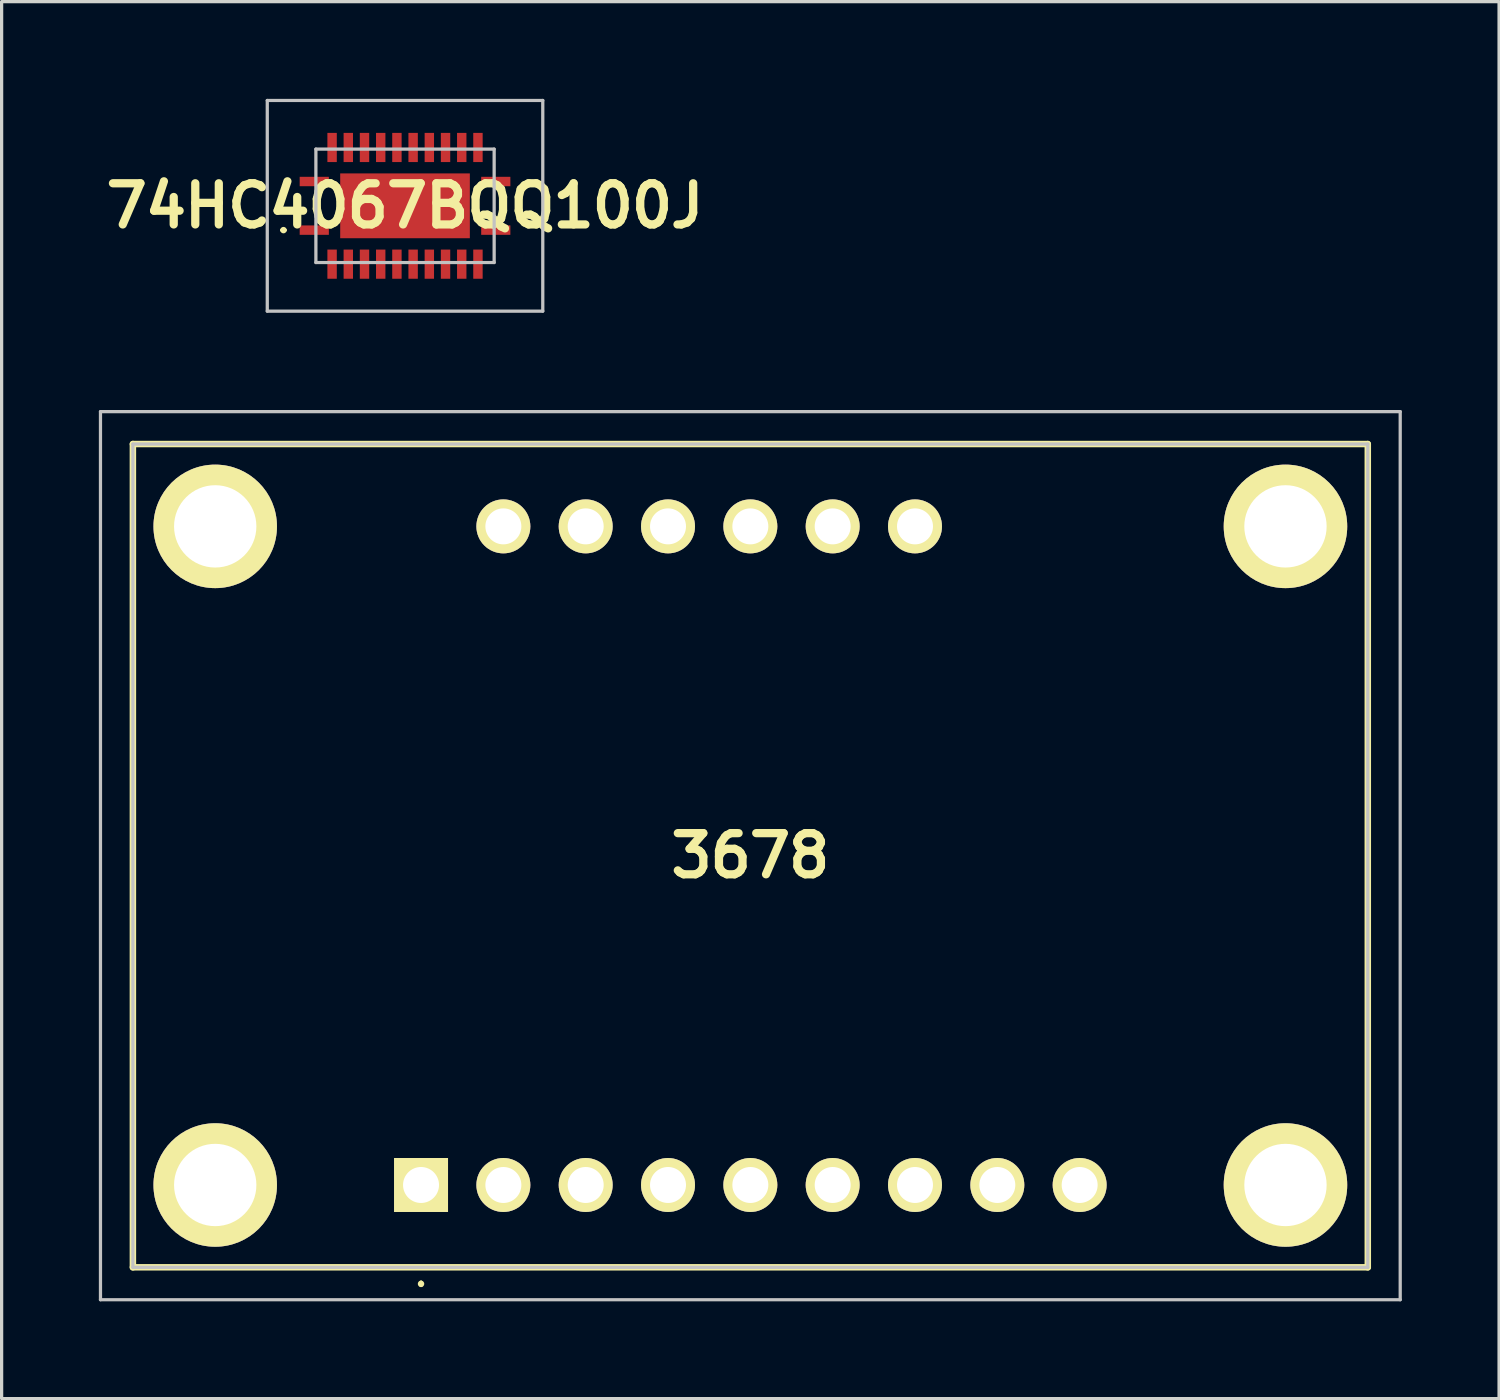
<source format=kicad_pcb>
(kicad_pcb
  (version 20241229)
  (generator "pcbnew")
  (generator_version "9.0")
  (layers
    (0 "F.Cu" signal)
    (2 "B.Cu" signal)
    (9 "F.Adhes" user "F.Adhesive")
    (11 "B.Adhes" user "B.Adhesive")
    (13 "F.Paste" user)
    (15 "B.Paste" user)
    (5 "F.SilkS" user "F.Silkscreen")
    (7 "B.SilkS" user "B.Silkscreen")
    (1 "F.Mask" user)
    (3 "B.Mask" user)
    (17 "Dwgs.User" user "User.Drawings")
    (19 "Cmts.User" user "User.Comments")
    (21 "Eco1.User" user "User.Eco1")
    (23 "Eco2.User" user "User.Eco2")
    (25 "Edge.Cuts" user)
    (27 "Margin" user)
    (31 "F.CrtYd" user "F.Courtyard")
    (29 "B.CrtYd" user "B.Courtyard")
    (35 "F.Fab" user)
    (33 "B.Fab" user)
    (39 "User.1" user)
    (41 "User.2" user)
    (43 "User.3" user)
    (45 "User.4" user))
  (footprint "3678"
    (layer "F.Cu")
    (at 9.94 33.51)
    (property "Reference" "3678" (at 10.16 -10.16 0) (layer "F.SilkS") (effects (font (size 1.27 1.27) (thickness 0.254))))
    (attr through_hole exclude_from_pos_files)
    (fp_line (start -8.89 -22.86) (end 29.21 -22.86) (stroke (width 0.2) (type solid)) (layer "F.SilkS"))
    (fp_line (start -8.89 2.54) (end -8.89 -22.86) (stroke (width 0.2) (type solid)) (layer "F.SilkS"))
    (fp_line (start 0 3) (end 0 3) (stroke (width 0.1) (type solid)) (layer "F.SilkS"))
    (fp_line (start 0 3.1) (end 0 3.1) (stroke (width 0.1) (type solid)) (layer "F.SilkS"))
    (fp_line (start 29.21 -22.86) (end 29.21 2.54) (stroke (width 0.2) (type solid)) (layer "F.SilkS"))
    (fp_line (start 29.21 2.54) (end -8.89 2.54) (stroke (width 0.2) (type solid)) (layer "F.SilkS"))
    (fp_arc (start 0 3) (mid 0.05 3.05) (end 0 3.1) (stroke (width 0.1) (type solid)) (layer "F.SilkS"))
    (fp_arc (start 0 3.1) (mid -0.05 3.05) (end 0 3) (stroke (width 0.1) (type solid)) (layer "F.SilkS"))
    (fp_line (start -9.89 -23.86) (end 30.21 -23.86) (stroke (width 0.1) (type solid)) (layer "Dwgs.User"))
    (fp_line (start -9.89 3.54) (end -9.89 -23.86) (stroke (width 0.1) (type solid)) (layer "Dwgs.User"))
    (fp_line (start -8.89 -22.86) (end 29.21 -22.86) (stroke (width 0.1) (type solid)) (layer "Dwgs.User"))
    (fp_line (start -8.89 2.54) (end -8.89 -22.86) (stroke (width 0.1) (type solid)) (layer "Dwgs.User"))
    (fp_line (start 29.21 -22.86) (end 29.21 2.54) (stroke (width 0.1) (type solid)) (layer "Dwgs.User"))
    (fp_line (start 29.21 2.54) (end -8.89 2.54) (stroke (width 0.1) (type solid)) (layer "Dwgs.User"))
    (fp_line (start 30.21 -23.86) (end 30.21 3.54) (stroke (width 0.1) (type solid)) (layer "Dwgs.User"))
    (fp_line (start 30.21 3.54) (end -9.89 3.54) (stroke (width 0.1) (type solid)) (layer "Dwgs.User"))
    (pad "1" thru_hole rect (at 0 0 90) (size 1.665 1.665) (drill 1.11) (layers "*.Cu" "*.Mask" "F.SilkS"))
    (pad "2" thru_hole circle (at 2.54 0 90) (size 1.665 1.665) (drill 1.11) (layers "*.Cu" "*.Mask" "F.SilkS"))
    (pad "3" thru_hole circle (at 5.08 0 90) (size 1.665 1.665) (drill 1.11) (layers "*.Cu" "*.Mask" "F.SilkS"))
    (pad "4" thru_hole circle (at 7.62 0 90) (size 1.665 1.665) (drill 1.11) (layers "*.Cu" "*.Mask" "F.SilkS"))
    (pad "5" thru_hole circle (at 10.16 0 90) (size 1.665 1.665) (drill 1.11) (layers "*.Cu" "*.Mask" "F.SilkS"))
    (pad "6" thru_hole circle (at 12.7 0 90) (size 1.665 1.665) (drill 1.11) (layers "*.Cu" "*.Mask" "F.SilkS"))
    (pad "7" thru_hole circle (at 15.24 0 90) (size 1.665 1.665) (drill 1.11) (layers "*.Cu" "*.Mask" "F.SilkS"))
    (pad "8" thru_hole circle (at 17.78 0 90) (size 1.665 1.665) (drill 1.11) (layers "*.Cu" "*.Mask" "F.SilkS"))
    (pad "9" thru_hole circle (at 20.32 0 90) (size 1.665 1.665) (drill 1.11) (layers "*.Cu" "*.Mask" "F.SilkS"))
    (pad "10" thru_hole circle (at 15.24 -20.32 90) (size 1.665 1.665) (drill 1.11) (layers "*.Cu" "*.Mask" "F.SilkS"))
    (pad "11" thru_hole circle (at 12.7 -20.32 90) (size 1.665 1.665) (drill 1.11) (layers "*.Cu" "*.Mask" "F.SilkS"))
    (pad "12" thru_hole circle (at 10.16 -20.32 90) (size 1.665 1.665) (drill 1.11) (layers "*.Cu" "*.Mask" "F.SilkS"))
    (pad "13" thru_hole circle (at 7.62 -20.32 90) (size 1.665 1.665) (drill 1.11) (layers "*.Cu" "*.Mask" "F.SilkS"))
    (pad "14" thru_hole circle (at 5.08 -20.32 90) (size 1.665 1.665) (drill 1.11) (layers "*.Cu" "*.Mask" "F.SilkS"))
    (pad "15" thru_hole circle (at 2.54 -20.32 90) (size 1.665 1.665) (drill 1.11) (layers "*.Cu" "*.Mask" "F.SilkS"))
    (pad "MH1" thru_hole circle (at -6.35 0 90) (size 3.81 3.81) (drill 2.54) (layers "*.Cu" "*.Mask" "F.SilkS"))
    (pad "MH2" thru_hole circle (at 26.67 0 90) (size 3.81 3.81) (drill 2.54) (layers "*.Cu" "*.Mask" "F.SilkS"))
    (pad "MH3" thru_hole circle (at 26.67 -20.32 90) (size 3.81 3.81) (drill 2.54) (layers "*.Cu" "*.Mask" "F.SilkS"))
    (pad "MH4" thru_hole circle (at -6.35 -20.32 90) (size 3.81 3.81) (drill 2.54) (layers "*.Cu" "*.Mask" "F.SilkS")))
  (footprint "74HC4067BQQ100J"
    (layer "F.Cu")
    (at 9.446 3.3)
    (property "Reference" "74HC4067BQQ100J" (at 0 0 0) (layer "F.SilkS") (effects (font (size 1.27 1.27) (thickness 0.254))))
    (attr smd)
    (fp_line (start -3.8 0.75) (end -3.8 0.75) (stroke (width 0.1) (type solid)) (layer "F.SilkS"))
    (fp_line (start -3.7 0.75) (end -3.7 0.75) (stroke (width 0.1) (type solid)) (layer "F.SilkS"))
    (fp_arc (start -3.8 0.75) (mid -3.75 0.7) (end -3.7 0.75) (stroke (width 0.1) (type solid)) (layer "F.SilkS"))
    (fp_arc (start -3.7 0.75) (mid -3.75 0.8) (end -3.8 0.75) (stroke (width 0.1) (type solid)) (layer "F.SilkS"))
    (fp_line (start -4.25 -3.25) (end 4.25 -3.25) (stroke (width 0.1) (type solid)) (layer "Dwgs.User"))
    (fp_line (start -4.25 3.25) (end -4.25 -3.25) (stroke (width 0.1) (type solid)) (layer "Dwgs.User"))
    (fp_line (start -2.75 -1.75) (end -2.75 1.75) (stroke (width 0.1) (type solid)) (layer "Dwgs.User"))
    (fp_line (start -2.75 1.75) (end 2.75 1.75) (stroke (width 0.1) (type solid)) (layer "Dwgs.User"))
    (fp_line (start 2.75 -1.75) (end -2.75 -1.75) (stroke (width 0.1) (type solid)) (layer "Dwgs.User"))
    (fp_line (start 2.75 1.75) (end 2.75 -1.75) (stroke (width 0.1) (type solid)) (layer "Dwgs.User"))
    (fp_line (start 4.25 -3.25) (end 4.25 3.25) (stroke (width 0.1) (type solid)) (layer "Dwgs.User"))
    (fp_line (start 4.25 3.25) (end -4.25 3.25) (stroke (width 0.1) (type solid)) (layer "Dwgs.User"))
    (pad "1" smd rect (at -2.8 0.75 90) (size 0.29 0.9) (layers "F.Cu" "F.Mask" "F.Paste"))
    (pad "2" smd rect (at -2.25 1.8) (size 0.29 0.9) (layers "F.Cu" "F.Mask" "F.Paste"))
    (pad "3" smd rect (at -1.75 1.8) (size 0.29 0.9) (layers "F.Cu" "F.Mask" "F.Paste"))
    (pad "4" smd rect (at -1.25 1.8) (size 0.29 0.9) (layers "F.Cu" "F.Mask" "F.Paste"))
    (pad "5" smd rect (at -0.75 1.8) (size 0.29 0.9) (layers "F.Cu" "F.Mask" "F.Paste"))
    (pad "6" smd rect (at -0.25 1.8) (size 0.29 0.9) (layers "F.Cu" "F.Mask" "F.Paste"))
    (pad "7" smd rect (at 0.25 1.8) (size 0.29 0.9) (layers "F.Cu" "F.Mask" "F.Paste"))
    (pad "8" smd rect (at 0.75 1.8) (size 0.29 0.9) (layers "F.Cu" "F.Mask" "F.Paste"))
    (pad "9" smd rect (at 1.25 1.8) (size 0.29 0.9) (layers "F.Cu" "F.Mask" "F.Paste"))
    (pad "10" smd rect (at 1.75 1.8) (size 0.29 0.9) (layers "F.Cu" "F.Mask" "F.Paste"))
    (pad "11" smd rect (at 2.25 1.8) (size 0.29 0.9) (layers "F.Cu" "F.Mask" "F.Paste"))
    (pad "12" smd rect (at 2.8 0.75 90) (size 0.29 0.9) (layers "F.Cu" "F.Mask" "F.Paste"))
    (pad "13" smd rect (at 2.8 -0.75 90) (size 0.29 0.9) (layers "F.Cu" "F.Mask" "F.Paste"))
    (pad "14" smd rect (at 2.25 -1.8) (size 0.29 0.9) (layers "F.Cu" "F.Mask" "F.Paste"))
    (pad "15" smd rect (at 1.75 -1.8) (size 0.29 0.9) (layers "F.Cu" "F.Mask" "F.Paste"))
    (pad "16" smd rect (at 1.25 -1.8) (size 0.29 0.9) (layers "F.Cu" "F.Mask" "F.Paste"))
    (pad "17" smd rect (at 0.75 -1.8) (size 0.29 0.9) (layers "F.Cu" "F.Mask" "F.Paste"))
    (pad "18" smd rect (at 0.25 -1.8) (size 0.29 0.9) (layers "F.Cu" "F.Mask" "F.Paste"))
    (pad "19" smd rect (at -0.25 -1.8) (size 0.29 0.9) (layers "F.Cu" "F.Mask" "F.Paste"))
    (pad "20" smd rect (at -0.75 -1.8) (size 0.29 0.9) (layers "F.Cu" "F.Mask" "F.Paste"))
    (pad "21" smd rect (at -1.25 -1.8) (size 0.29 0.9) (layers "F.Cu" "F.Mask" "F.Paste"))
    (pad "22" smd rect (at -1.75 -1.8) (size 0.29 0.9) (layers "F.Cu" "F.Mask" "F.Paste"))
    (pad "23" smd rect (at -2.25 -1.8) (size 0.29 0.9) (layers "F.Cu" "F.Mask" "F.Paste"))
    (pad "24" smd rect (at -2.8 -0.75 90) (size 0.29 0.9) (layers "F.Cu" "F.Mask" "F.Paste"))
    (pad "25" smd rect (at 0 0 90) (size 2 4) (layers "F.Cu" "F.Mask" "F.Paste")))
  (gr_rect
    (start -3 -3)
    (end 43.2 40.1)
    (stroke (width 0.1) (type default))
    (fill no)
    (layer "Edge.Cuts")))
</source>
